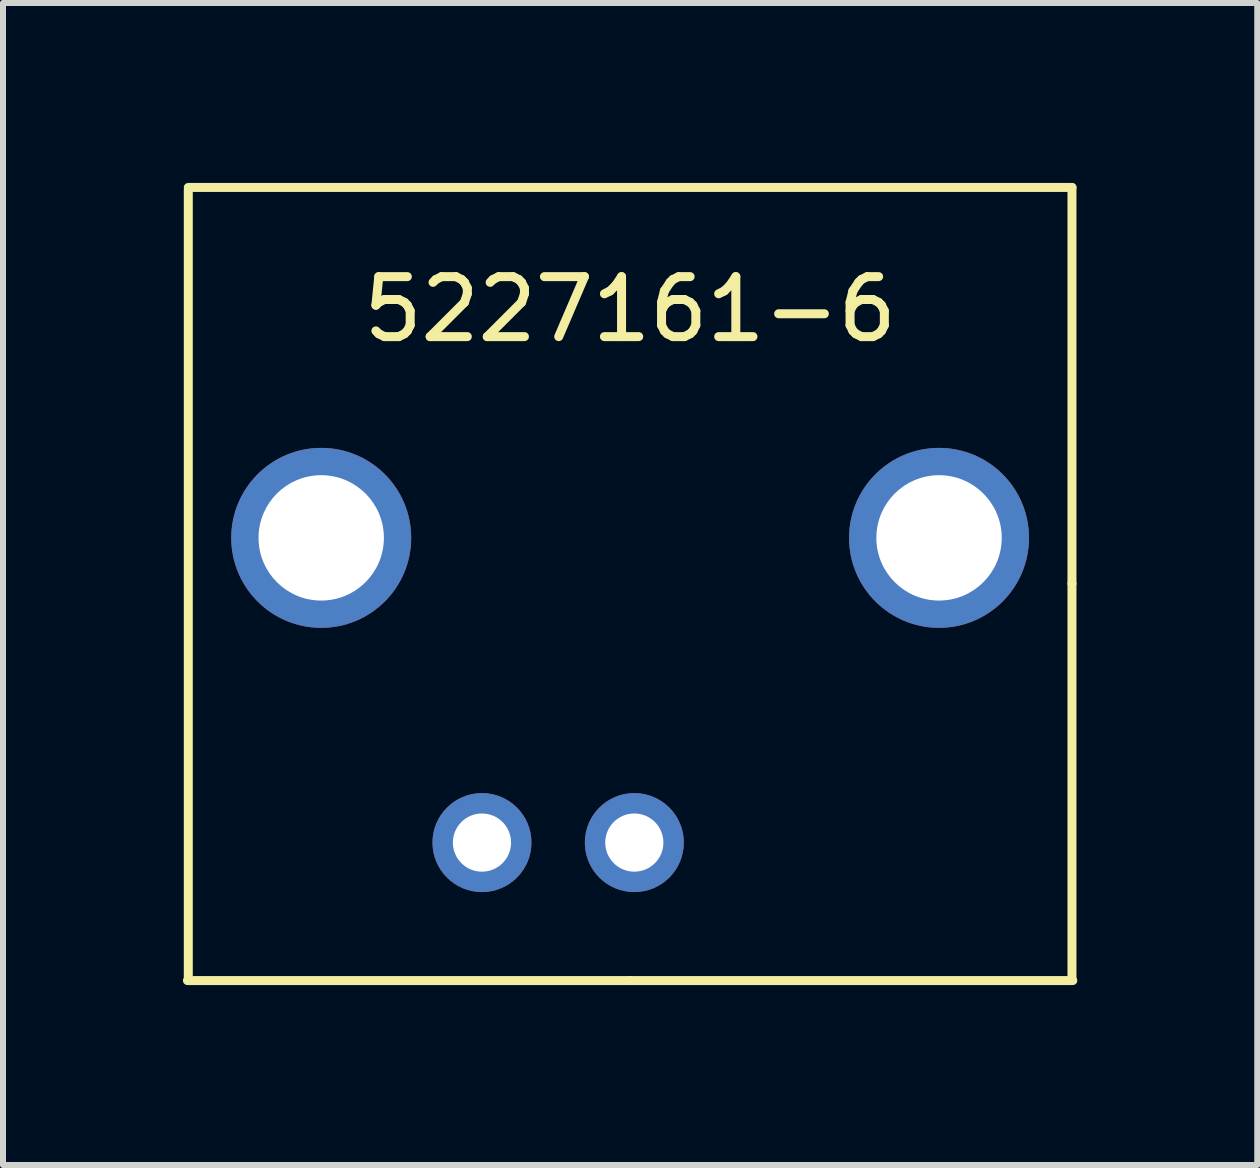
<source format=kicad_pcb>
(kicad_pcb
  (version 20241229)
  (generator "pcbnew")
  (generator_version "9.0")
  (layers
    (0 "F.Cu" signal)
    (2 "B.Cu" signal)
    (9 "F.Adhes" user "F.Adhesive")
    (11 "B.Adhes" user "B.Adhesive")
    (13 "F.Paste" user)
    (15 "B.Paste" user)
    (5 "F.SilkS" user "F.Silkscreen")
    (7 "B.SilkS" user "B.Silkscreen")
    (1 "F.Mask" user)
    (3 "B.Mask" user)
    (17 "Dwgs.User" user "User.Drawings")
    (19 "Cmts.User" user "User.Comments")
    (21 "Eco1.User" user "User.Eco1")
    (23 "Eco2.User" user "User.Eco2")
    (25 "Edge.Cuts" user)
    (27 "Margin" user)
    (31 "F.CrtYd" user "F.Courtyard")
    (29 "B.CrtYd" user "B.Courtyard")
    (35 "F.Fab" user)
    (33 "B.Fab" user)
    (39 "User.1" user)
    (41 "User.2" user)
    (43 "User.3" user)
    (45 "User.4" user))
  (footprint "5227161-6"
    (layer "F.Cu")
    (at 7.455 5.917)
    (property "Reference" "5227161-6" (at 0 -3.81 0) (layer "F.SilkS") (effects (font (size 1 1) (thickness 0.15))))
    (attr through_hole)
    (fp_line (start -7.38 7.38) (end 0 7.38) (stroke (width 0.15) (type solid)) (layer "F.SilkS"))
    (fp_line (start -7.366 -5.842) (end 7.366 -5.842) (stroke (width 0.15) (type solid)) (layer "F.SilkS"))
    (fp_line (start -7.366 7.366) (end -7.366 -5.8) (stroke (width 0.15) (type solid)) (layer "F.SilkS"))
    (fp_line (start 0 7.38) (end 7.38 7.38) (stroke (width 0.15) (type solid)) (layer "F.SilkS"))
    (fp_line (start 7.366 -5.842) (end 7.366 0.762) (stroke (width 0.15) (type solid)) (layer "F.SilkS"))
    (fp_line (start 7.366 7.366) (end 7.366 0.762) (stroke (width 0.15) (type solid)) (layer "F.SilkS"))
    (pad "1" thru_hole circle (at -5.15 0) (size 3 3) (drill 2.09) (layers "*.Cu" "*.Mask"))
    (pad "2" thru_hole circle (at 5.15 0) (size 3 3) (drill 2.09) (layers "*.Cu" "*.Mask"))
    (pad "3" thru_hole circle (at 0.07 5.08) (size 1.65 1.65) (drill 0.97) (layers "*.Cu" "*.Mask"))
    (pad "4" thru_hole circle (at -2.47 5.08) (size 1.65 1.65) (drill 0.97) (layers "*.Cu" "*.Mask")))
  (gr_rect
    (start -3 -3)
    (end 17.91 16.372)
    (stroke (width 0.1) (type default))
    (fill no)
    (layer "Edge.Cuts")))
</source>
